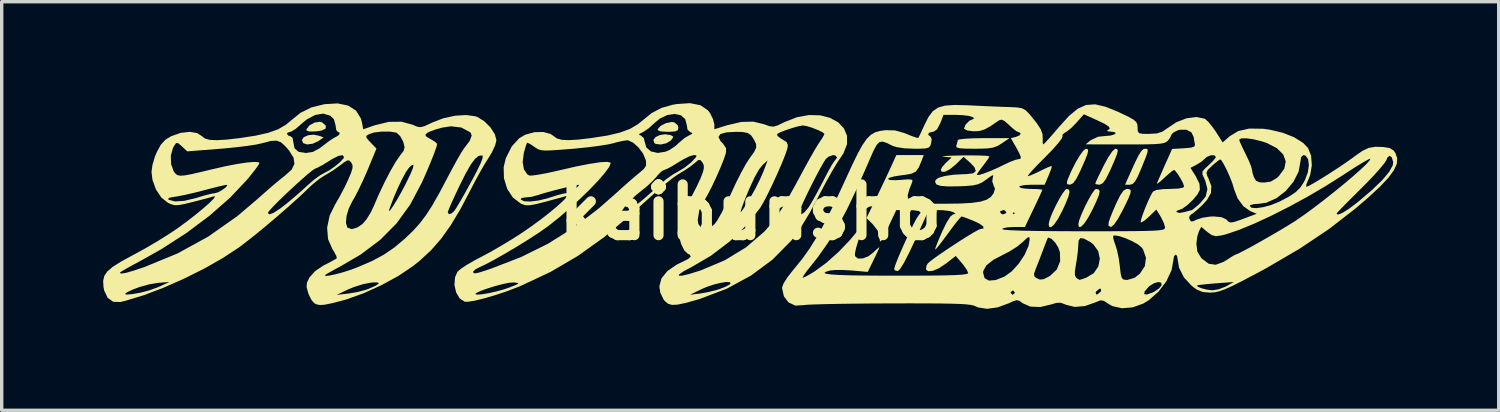
<source format=kicad_pcb>
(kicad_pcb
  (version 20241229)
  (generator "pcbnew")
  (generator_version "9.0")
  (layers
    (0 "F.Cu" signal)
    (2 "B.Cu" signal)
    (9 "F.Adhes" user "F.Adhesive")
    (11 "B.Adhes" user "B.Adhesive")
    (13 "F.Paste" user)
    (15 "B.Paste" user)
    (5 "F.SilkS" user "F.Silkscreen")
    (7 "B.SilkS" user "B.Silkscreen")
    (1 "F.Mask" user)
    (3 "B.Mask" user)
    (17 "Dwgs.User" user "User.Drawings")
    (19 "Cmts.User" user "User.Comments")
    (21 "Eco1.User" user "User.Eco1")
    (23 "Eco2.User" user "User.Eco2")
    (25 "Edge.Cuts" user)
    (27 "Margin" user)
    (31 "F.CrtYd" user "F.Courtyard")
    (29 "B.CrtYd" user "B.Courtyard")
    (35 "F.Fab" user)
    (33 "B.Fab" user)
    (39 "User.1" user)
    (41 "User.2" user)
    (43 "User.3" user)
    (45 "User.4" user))
  (footprint "kaibunsho"
    (layer "F.Cu")
    (at 19.134 3.224)
    (property "Reference" "kaibunsho" (at 0 0 0) (layer "F.SilkS") (effects (font (size 1.5 1.5) (thickness 0.3))))
    (attr board_only exclude_from_pos_files exclude_from_bom)
    (fp_poly (pts (xy -12.753 -2.261) (xy -12.617 -2.211) (xy -12.766 -2.106) (xy -12.936 -2.026) (xy -13.105 -2.003) (xy -13.221 -2.044) (xy -13.259 -2.138) (xy -13.201 -2.219) (xy -13.076 -2.275) (xy -12.913 -2.292)) (stroke (width 0) (type solid)) (fill yes) (layer "F.SilkS"))
    (fp_poly (pts (xy -12.654 -2.652) (xy -12.547 -2.552) (xy -12.559 -2.469) (xy -12.685 -2.411) (xy -12.847 -2.389) (xy -13.034 -2.386) (xy -13.118 -2.41) (xy -13.124 -2.452) (xy -13.034 -2.568) (xy -12.883 -2.65) (xy -12.726 -2.674)) (stroke (width 0) (type solid)) (fill yes) (layer "F.SilkS"))
    (fp_poly (pts (xy -2.357 -2.279) (xy -2.352 -2.277) (xy -2.282 -2.238) (xy -2.301 -2.181) (xy -2.353 -2.119) (xy -2.481 -2.039) (xy -2.648 -2.002) (xy -2.793 -2.017) (xy -2.836 -2.044) (xy -2.868 -2.134) (xy -2.806 -2.218) (xy -2.679 -2.28) (xy -2.519 -2.305)) (stroke (width 0) (type solid)) (fill yes) (layer "F.SilkS"))
    (fp_poly (pts (xy -2.251 -2.659) (xy -2.15 -2.575) (xy -2.127 -2.498) (xy -2.145 -2.426) (xy -2.217 -2.39) (xy -2.375 -2.378) (xy -2.445 -2.377) (xy -2.644 -2.388) (xy -2.733 -2.421) (xy -2.738 -2.456) (xy -2.652 -2.553) (xy -2.498 -2.632) (xy -2.332 -2.667)) (stroke (width 0) (type solid)) (fill yes) (layer "F.SilkS"))
    (fp_poly (pts (xy 9.42 -0.668) (xy 9.438 -0.597) (xy 9.404 -0.459) (xy 9.314 -0.238) (xy 9.221 -0.038) (xy 9.095 0.2) (xy 8.981 0.364) (xy 8.89 0.444) (xy 8.834 0.428) (xy 8.821 0.352) (xy 8.848 0.229) (xy 8.918 0.046) (xy 9.016 -0.166) (xy 9.125 -0.376) (xy 9.23 -0.553) (xy 9.315 -0.665) (xy 9.351 -0.688)) (stroke (width 0) (type solid)) (fill yes) (layer "F.SilkS"))
    (fp_poly (pts (xy 10.297 -0.675) (xy 10.329 -0.622) (xy 10.308 -0.511) (xy 10.232 -0.324) (xy 10.129 -0.104) (xy 9.994 0.151) (xy 9.874 0.333) (xy 9.777 0.431) (xy 9.715 0.436) (xy 9.697 0.356) (xy 9.723 0.239) (xy 9.792 0.059) (xy 9.887 -0.153) (xy 9.994 -0.364) (xy 10.096 -0.543) (xy 10.179 -0.66) (xy 10.217 -0.688)) (stroke (width 0) (type solid)) (fill yes) (layer "F.SilkS"))
    (fp_poly (pts (xy 11.725 -1.872) (xy 11.75 -1.843) (xy 11.741 -1.769) (xy 11.693 -1.628) (xy 11.602 -1.401) (xy 11.562 -1.302) (xy 11.456 -1.057) (xy 11.374 -0.908) (xy 11.302 -0.834) (xy 11.225 -0.813) (xy 11.221 -0.813) (xy 11.08 -0.813) (xy 11.237 -1.168) (xy 11.376 -1.474) (xy 11.479 -1.68) (xy 11.557 -1.804) (xy 11.62 -1.864) (xy 11.669 -1.877)) (stroke (width 0) (type solid)) (fill yes) (layer "F.SilkS"))
    (fp_poly (pts (xy 7.431 -2.033) (xy 7.306 -1.957) (xy 7.178 -1.911) (xy 7.014 -1.886) (xy 6.777 -1.878) (xy 6.628 -1.877) (xy 6.357 -1.879) (xy 6.191 -1.89) (xy 6.107 -1.912) (xy 6.086 -1.949) (xy 6.093 -1.976) (xy 6.127 -2.095) (xy 6.131 -2.132) (xy 6.19 -2.154) (xy 6.35 -2.172) (xy 6.588 -2.185) (xy 6.88 -2.19) (xy 6.896 -2.19) (xy 7.662 -2.19)) (stroke (width 0) (type solid)) (fill yes) (layer "F.SilkS"))
    (fp_poly (pts (xy 9.972 -1.865) (xy 9.988 -1.816) (xy 9.964 -1.712) (xy 9.894 -1.534) (xy 9.776 -1.266) (xy 9.754 -1.218) (xy 9.638 -0.986) (xy 9.543 -0.857) (xy 9.456 -0.814) (xy 9.448 -0.813) (xy 9.364 -0.831) (xy 9.363 -0.909) (xy 9.382 -0.965) (xy 9.489 -1.215) (xy 9.611 -1.458) (xy 9.734 -1.667) (xy 9.841 -1.815) (xy 9.917 -1.876) (xy 9.921 -1.877)) (stroke (width 0) (type solid)) (fill yes) (layer "F.SilkS"))
    (fp_poly (pts (xy 10.848 -1.865) (xy 10.864 -1.816) (xy 10.839 -1.712) (xy 10.77 -1.535) (xy 10.652 -1.266) (xy 10.63 -1.218) (xy 10.515 -0.987) (xy 10.421 -0.859) (xy 10.334 -0.814) (xy 10.322 -0.813) (xy 10.221 -0.827) (xy 10.198 -0.846) (xy 10.224 -0.913) (xy 10.294 -1.064) (xy 10.396 -1.272) (xy 10.448 -1.378) (xy 10.585 -1.628) (xy 10.702 -1.8) (xy 10.786 -1.875) (xy 10.797 -1.877)) (stroke (width 0) (type solid)) (fill yes) (layer "F.SilkS"))
    (fp_poly (pts (xy 11.214 -0.679) (xy 11.248 -0.639) (xy 11.235 -0.55) (xy 11.172 -0.393) (xy 11.054 -0.149) (xy 11.01 -0.061) (xy 10.868 0.199) (xy 10.75 0.369) (xy 10.666 0.437) (xy 10.659 0.438) (xy 10.589 0.403) (xy 10.595 0.295) (xy 10.638 0.168) (xy 10.718 -0.03) (xy 10.817 -0.258) (xy 10.822 -0.268) (xy 10.938 -0.503) (xy 11.032 -0.637) (xy 11.117 -0.687) (xy 11.137 -0.688)) (stroke (width 0) (type solid)) (fill yes) (layer "F.SilkS"))
    (fp_poly (pts (xy -11.889 -3.152) (xy -11.657 -3.002) (xy -11.515 -2.773) (xy -11.484 -2.659) (xy -11.445 -2.451) (xy -11.104 -2.57) (xy -10.69 -2.671) (xy -10.307 -2.675) (xy -9.979 -2.584) (xy -9.853 -2.529) (xy -9.753 -2.514) (xy -9.637 -2.543) (xy -9.464 -2.622) (xy -9.398 -2.654) (xy -9.075 -2.778) (xy -8.728 -2.853) (xy -8.398 -2.873) (xy -8.125 -2.835) (xy -8.072 -2.816) (xy -7.867 -2.69) (xy -7.684 -2.508) (xy -7.554 -2.306) (xy -7.507 -2.131) (xy -7.544 -1.977) (xy -7.64 -1.77) (xy -7.733 -1.617) (xy -7.859 -1.416) (xy -8.015 -1.144) (xy -8.178 -0.843) (xy -8.273 -0.657) (xy -8.575 -0.084) (xy -8.86 0.39) (xy -9.143 0.786) (xy -9.441 1.126) (xy -9.77 1.431) (xy -9.975 1.594) (xy -10.402 1.882) (xy -10.906 2.157) (xy -11.44 2.399) (xy -11.957 2.583) (xy -12.102 2.623) (xy -12.393 2.696) (xy -12.592 2.736) (xy -12.726 2.744) (xy -12.824 2.725) (xy -12.892 2.691) (xy -12.973 2.598) (xy -13.051 2.444) (xy -12.231 2.444) (xy -11.896 2.407) (xy -11.643 2.366) (xy -11.391 2.302) (xy -11.302 2.271) (xy -11.085 2.178) (xy -10.986 2.113) (xy -11.005 2.078) (xy -11.142 2.075) (xy -11.23 2.084) (xy -11.469 2.133) (xy -11.74 2.22) (xy -11.887 2.281) (xy -12.231 2.444) (xy -13.051 2.444) (xy -13.054 2.437) (xy -13.073 2.385) (xy -13.119 2.21) (xy -13.109 2.083) (xy -13.037 1.934) (xy -13.034 1.929) (xy -12.973 1.86) (xy -12.575 1.86) (xy -12.559 1.884) (xy -12.449 1.874) (xy -12.274 1.837) (xy -12.057 1.78) (xy -11.826 1.707) (xy -11.62 1.631) (xy -11.187 1.444) (xy -10.834 1.255) (xy -10.52 1.04) (xy -10.214 0.782) (xy -9.98 0.559) (xy -9.778 0.336) (xy -9.591 0.09) (xy -9.535 0.004) (xy -8.946 0.004) (xy -8.91 0.06) (xy -8.824 0.03) (xy -8.751 -0.04) (xy -8.69 -0.131) (xy -8.584 -0.309) (xy -8.446 -0.549) (xy -8.291 -0.829) (xy -8.252 -0.9) (xy -8.079 -1.227) (xy -7.968 -1.457) (xy -7.915 -1.602) (xy -7.915 -1.671) (xy -7.929 -1.679) (xy -8.028 -1.667) (xy -8.139 -1.579) (xy -8.268 -1.404) (xy -8.423 -1.132) (xy -8.606 -0.765) (xy -8.736 -0.49) (xy -8.842 -0.256) (xy -8.916 -0.084) (xy -8.946 0.001) (xy -8.946 0.004) (xy -9.535 0.004) (xy -9.402 -0.203) (xy -9.195 -0.566) (xy -8.982 -0.97) (xy -8.823 -1.27) (xy -8.676 -1.538) (xy -8.553 -1.751) (xy -8.467 -1.884) (xy -8.449 -1.908) (xy -8.296 -2.11) (xy -8.238 -2.266) (xy -8.275 -2.36) (xy -8.545 -2.504) (xy -8.85 -2.54) (xy -9.109 -2.501) (xy -9.319 -2.442) (xy -9.489 -2.378) (xy -9.555 -2.343) (xy -9.61 -2.287) (xy -9.58 -2.235) (xy -9.459 -2.165) (xy -9.327 -2.085) (xy -9.261 -2.023) (xy -9.259 -2.016) (xy -9.284 -1.919) (xy -9.35 -1.733) (xy -9.449 -1.483) (xy -9.571 -1.193) (xy -9.705 -0.89) (xy -9.718 -0.863) (xy -10.058 -0.223) (xy -10.461 0.332) (xy -10.942 0.817) (xy -11.517 1.249) (xy -12.106 1.594) (xy -12.316 1.707) (xy -12.479 1.799) (xy -12.568 1.854) (xy -12.575 1.86) (xy -12.973 1.86) (xy -12.872 1.746) (xy -12.625 1.578) (xy -12.587 1.559) (xy -12.405 1.466) (xy -12.273 1.392) (xy -12.227 1.362) (xy -12.239 1.296) (xy -12.308 1.165) (xy -12.358 1.087) (xy -12.486 0.794) (xy -12.512 0.457) (xy -12.483 0.316) (xy -11.956 0.316) (xy -11.915 0.451) (xy -11.908 0.459) (xy -11.785 0.5) (xy -11.615 0.45) (xy -11.468 0.35) (xy -11.347 0.21) (xy -11.22 0.002) (xy -11.206 -0.027) (xy -10.681 -0.027) (xy -10.636 -0.072) (xy -10.555 -0.192) (xy -10.447 -0.367) (xy -10.325 -0.581) (xy -10.2 -0.816) (xy -10.194 -0.828) (xy -10.049 -1.125) (xy -9.971 -1.317) (xy -9.959 -1.405) (xy -10.015 -1.388) (xy -10.095 -1.312) (xy -10.183 -1.186) (xy -10.298 -0.975) (xy -10.424 -0.709) (xy -10.547 -0.423) (xy -10.652 -0.148) (xy -10.677 -0.074) (xy -10.681 -0.027) (xy -11.206 -0.027) (xy -11.14 -0.166) (xy -10.983 -0.53) (xy -10.811 -0.891) (xy -10.64 -1.221) (xy -10.484 -1.491) (xy -10.357 -1.673) (xy -10.354 -1.678) (xy -10.251 -1.814) (xy -10.222 -1.921) (xy -10.255 -2.058) (xy -10.268 -2.094) (xy -10.352 -2.25) (xy -10.455 -2.347) (xy -10.471 -2.354) (xy -10.661 -2.384) (xy -10.898 -2.384) (xy -11.123 -2.357) (xy -11.267 -2.311) (xy -11.347 -2.262) (xy -11.355 -2.21) (xy -11.284 -2.121) (xy -11.227 -2.061) (xy -11.054 -1.881) (xy -11.31 -1.262) (xy -11.439 -0.966) (xy -11.576 -0.677) (xy -11.7 -0.438) (xy -11.758 -0.34) (xy -11.87 -0.116) (xy -11.939 0.115) (xy -11.956 0.316) (xy -12.483 0.316) (xy -12.438 0.101) (xy -12.279 -0.224) (xy -12.147 -0.451) (xy -12.002 -0.726) (xy -11.899 -0.942) (xy -11.804 -1.165) (xy -11.761 -1.307) (xy -11.763 -1.4) (xy -11.798 -1.466) (xy -11.855 -1.528) (xy -11.918 -1.531) (xy -12.022 -1.467) (xy -12.118 -1.393) (xy -12.314 -1.252) (xy -12.514 -1.127) (xy -12.567 -1.098) (xy -12.741 -0.986) (xy -12.935 -0.83) (xy -13.01 -0.761) (xy -13.289 -0.495) (xy -13.632 -0.185) (xy -14.01 0.144) (xy -14.392 0.467) (xy -14.752 0.759) (xy -15.058 0.996) (xy -15.129 1.048) (xy -15.601 1.358) (xy -16.149 1.669) (xy -16.742 1.964) (xy -17.346 2.231) (xy -17.93 2.453) (xy -18.461 2.615) (xy -18.626 2.655) (xy -18.837 2.648) (xy -19 2.532) (xy -19.055 2.417) (xy -18.489 2.417) (xy -18.436 2.436) (xy -18.266 2.42) (xy -18.042 2.382) (xy -17.785 2.315) (xy -17.52 2.221) (xy -17.455 2.193) (xy -17.173 2.062) (xy -17.517 2.09) (xy -17.771 2.133) (xy -18.059 2.212) (xy -18.237 2.277) (xy -18.423 2.364) (xy -18.489 2.417) (xy -19.055 2.417) (xy -19.103 2.317) (xy -19.125 2.206) (xy -19.134 2.033) (xy -19.102 1.887) (xy -19.036 1.788) (xy -18.643 1.788) (xy -18.601 1.814) (xy -18.468 1.795) (xy -18.237 1.729) (xy -17.913 1.621) (xy -16.937 1.22) (xy -16.029 0.722) (xy -15.171 0.119) (xy -15.054 0.02) (xy -14.264 0.02) (xy -14.222 0.065) (xy -14.099 0.021) (xy -13.9 -0.108) (xy -13.735 -0.235) (xy -13.501 -0.429) (xy -13.259 -0.64) (xy -13.082 -0.802) (xy -12.897 -0.962) (xy -12.715 -1.094) (xy -12.609 -1.152) (xy -12.448 -1.238) (xy -12.276 -1.358) (xy -12.125 -1.485) (xy -12.029 -1.591) (xy -12.012 -1.632) (xy -12.057 -1.687) (xy -12.182 -1.663) (xy -12.374 -1.566) (xy -12.462 -1.509) (xy -12.646 -1.396) (xy -12.808 -1.311) (xy -12.866 -1.288) (xy -12.949 -1.235) (xy -13.097 -1.115) (xy -13.289 -0.947) (xy -13.506 -0.75) (xy -13.728 -0.543) (xy -13.935 -0.343) (xy -14.106 -0.17) (xy -14.223 -0.043) (xy -14.264 0.02) (xy -15.054 0.02) (xy -14.617 -0.35) (xy -14.362 -0.576) (xy -14.118 -0.788) (xy -13.911 -0.961) (xy -13.767 -1.075) (xy -13.76 -1.08) (xy -13.564 -1.255) (xy -13.479 -1.427) (xy -13.505 -1.613) (xy -13.643 -1.831) (xy -13.752 -1.955) (xy -13.877 -2.067) (xy -14.006 -2.116) (xy -14.176 -2.107) (xy -14.423 -2.043) (xy -14.44 -2.038) (xy -14.607 -2.001) (xy -14.869 -1.961) (xy -15.193 -1.921) (xy -15.549 -1.886) (xy -15.691 -1.874) (xy -16.648 -1.799) (xy -16.801 -1.942) (xy -16.913 -2.04) (xy -16.979 -2.044) (xy -17.045 -1.947) (xy -17.071 -1.897) (xy -17.134 -1.671) (xy -17.125 -1.42) (xy -17.048 -1.208) (xy -17.04 -1.197) (xy -16.991 -1.134) (xy -16.932 -1.094) (xy -16.845 -1.079) (xy -16.711 -1.09) (xy -16.509 -1.128) (xy -16.222 -1.194) (xy -15.908 -1.27) (xy -15.519 -1.359) (xy -15.17 -1.426) (xy -14.878 -1.47) (xy -14.661 -1.487) (xy -14.537 -1.477) (xy -14.514 -1.455) (xy -14.552 -1.383) (xy -14.653 -1.242) (xy -14.8 -1.057) (xy -14.875 -0.966) (xy -15.377 -0.434) (xy -15.982 0.098) (xy -16.669 0.613) (xy -17.417 1.095) (xy -17.976 1.409) (xy -18.233 1.548) (xy -18.445 1.665) (xy -18.588 1.749) (xy -18.643 1.788) (xy -18.643 1.788) (xy -19.036 1.788) (xy -19.013 1.754) (xy -18.854 1.617) (xy -18.61 1.463) (xy -18.268 1.276) (xy -18.222 1.252) (xy -17.875 1.062) (xy -17.505 0.844) (xy -17.158 0.626) (xy -16.921 0.466) (xy -16.653 0.269) (xy -16.4 0.072) (xy -16.176 -0.112) (xy -15.996 -0.27) (xy -15.875 -0.391) (xy -15.825 -0.461) (xy -15.859 -0.47) (xy -15.977 -0.436) (xy -16.178 -0.382) (xy -16.424 -0.318) (xy -16.491 -0.301) (xy -16.744 -0.239) (xy -16.912 -0.209) (xy -17.031 -0.21) (xy -17.135 -0.24) (xy -17.214 -0.275) (xy -17.361 -0.391) (xy -17.218 -0.391) (xy -17.197 -0.369) (xy -17.012 -0.319) (xy -16.735 -0.336) (xy -16.38 -0.422) (xy -16.329 -0.438) (xy -16.109 -0.503) (xy -15.925 -0.548) (xy -15.827 -0.563) (xy -15.736 -0.589) (xy -15.623 -0.651) (xy -15.522 -0.724) (xy -15.465 -0.785) (xy -15.484 -0.81) (xy -15.568 -0.795) (xy -15.743 -0.754) (xy -15.98 -0.694) (xy -16.141 -0.652) (xy -16.433 -0.577) (xy -16.713 -0.513) (xy -16.937 -0.469) (xy -17.009 -0.458) (xy -17.174 -0.428) (xy -17.218 -0.391) (xy -17.361 -0.391) (xy -17.411 -0.43) (xy -17.572 -0.669) (xy -17.676 -0.956) (xy -17.705 -1.194) (xy -17.676 -1.4) (xy -17.603 -1.646) (xy -17.546 -1.782) (xy -17.423 -2.004) (xy -17.288 -2.148) (xy -17.12 -2.248) (xy -16.842 -2.346) (xy -16.576 -2.376) (xy -16.353 -2.339) (xy -16.22 -2.252) (xy -16.127 -2.18) (xy -15.984 -2.139) (xy -15.774 -2.129) (xy -15.478 -2.147) (xy -15.098 -2.191) (xy -14.622 -2.264) (xy -14.398 -2.315) (xy -13.701 -2.315) (xy -13.65 -2.259) (xy -13.607 -2.252) (xy -13.532 -2.197) (xy -13.513 -2.077) (xy -13.477 -1.89) (xy -13.359 -1.786) (xy -13.145 -1.752) (xy -13.13 -1.752) (xy -12.936 -1.782) (xy -12.738 -1.887) (xy -12.627 -1.972) (xy -12.456 -2.102) (xy -12.309 -2.198) (xy -12.246 -2.229) (xy -12.157 -2.288) (xy -12.141 -2.351) (xy -12.2 -2.377) (xy -12.244 -2.432) (xy -12.262 -2.562) (xy -12.262 -2.564) (xy -12.311 -2.748) (xy -12.421 -2.854) (xy -12.623 -2.915) (xy -12.862 -2.876) (xy -13.115 -2.743) (xy -13.293 -2.594) (xy -13.439 -2.466) (xy -13.563 -2.389) (xy -13.605 -2.377) (xy -13.69 -2.344) (xy -13.701 -2.315) (xy -14.398 -2.315) (xy -14.25 -2.348) (xy -13.962 -2.452) (xy -13.737 -2.582) (xy -13.607 -2.689) (xy -13.299 -2.939) (xy -12.978 -3.098) (xy -12.591 -3.193) (xy -12.588 -3.194) (xy -12.202 -3.217)) (stroke (width 0) (type solid)) (fill yes) (layer "F.SilkS"))
    (fp_poly (pts (xy -1.479 -3.164) (xy -1.258 -3.016) (xy -1.186 -2.922) (xy -1.104 -2.752) (xy -1.064 -2.601) (xy -1.064 -2.587) (xy -1.064 -2.453) (xy -0.683 -2.572) (xy -0.268 -2.669) (xy 0.087 -2.678) (xy 0.41 -2.6) (xy 0.43 -2.592) (xy 0.573 -2.541) (xy 0.684 -2.53) (xy 0.808 -2.566) (xy 0.993 -2.655) (xy 1.01 -2.664) (xy 1.38 -2.809) (xy 1.737 -2.873) (xy 2.067 -2.864) (xy 2.357 -2.789) (xy 2.595 -2.659) (xy 2.766 -2.48) (xy 2.859 -2.261) (xy 2.859 -2.012) (xy 2.753 -1.739) (xy 2.664 -1.607) (xy 2.56 -1.451) (xy 2.416 -1.21) (xy 2.25 -0.914) (xy 2.078 -0.59) (xy 2.009 -0.456) (xy 1.749 0.028) (xy 1.494 0.448) (xy 1.259 0.779) (xy 1.206 0.845) (xy 0.659 1.399) (xy 0.019 1.874) (xy -0.703 2.265) (xy -1.499 2.566) (xy -1.594 2.594) (xy -1.922 2.685) (xy -2.156 2.733) (xy -2.319 2.74) (xy -2.434 2.706) (xy -2.526 2.629) (xy -2.56 2.588) (xy -2.632 2.441) (xy -1.783 2.441) (xy -1.501 2.407) (xy -1.259 2.365) (xy -0.997 2.299) (xy -0.924 2.277) (xy -0.743 2.208) (xy -0.617 2.141) (xy -0.586 2.113) (xy -0.601 2.07) (xy -0.707 2.063) (xy -0.876 2.088) (xy -1.081 2.138) (xy -1.294 2.21) (xy -1.444 2.275) (xy -1.783 2.441) (xy -2.632 2.441) (xy -2.663 2.377) (xy -2.69 2.193) (xy -2.629 1.96) (xy -2.564 1.879) (xy -2.116 1.879) (xy -2.021 1.877) (xy -1.821 1.831) (xy -1.518 1.737) (xy -1.449 1.714) (xy -0.749 1.418) (xy -0.124 1.036) (xy 0.414 0.574) (xy 0.69 0.262) (xy 0.801 0.104) (xy 0.842 0.038) (xy 1.46 0.038) (xy 1.505 0.064) (xy 1.594 0.008) (xy 1.707 -0.123) (xy 1.761 -0.203) (xy 1.867 -0.385) (xy 2.003 -0.633) (xy 2.146 -0.903) (xy 2.187 -0.984) (xy 2.307 -1.214) (xy 2.412 -1.4) (xy 2.486 -1.514) (xy 2.506 -1.535) (xy 2.564 -1.614) (xy 2.517 -1.677) (xy 2.45 -1.689) (xy 2.318 -1.645) (xy 2.237 -1.58) (xy 2.171 -1.479) (xy 2.066 -1.295) (xy 1.938 -1.055) (xy 1.802 -0.788) (xy 1.672 -0.525) (xy 1.563 -0.293) (xy 1.49 -0.123) (xy 1.474 -0.078) (xy 1.46 0.038) (xy 0.842 0.038) (xy 0.952 -0.139) (xy 1.128 -0.438) (xy 1.312 -0.766) (xy 1.405 -0.938) (xy 1.579 -1.262) (xy 1.745 -1.563) (xy 1.889 -1.816) (xy 1.997 -1.997) (xy 2.038 -2.058) (xy 2.133 -2.201) (xy 2.186 -2.299) (xy 2.19 -2.316) (xy 2.136 -2.362) (xy 2.005 -2.427) (xy 1.836 -2.494) (xy 1.672 -2.545) (xy 1.557 -2.565) (xy 1.436 -2.545) (xy 1.253 -2.494) (xy 1.053 -2.428) (xy 0.883 -2.362) (xy 0.79 -2.312) (xy 0.803 -2.255) (xy 0.903 -2.178) (xy 0.937 -2.159) (xy 1.07 -2.075) (xy 1.11 -1.986) (xy 1.096 -1.888) (xy 1.038 -1.712) (xy 0.937 -1.457) (xy 0.806 -1.156) (xy 0.661 -0.839) (xy 0.516 -0.539) (xy 0.385 -0.288) (xy 0.289 -0.125) (xy -0.113 0.383) (xy -0.609 0.864) (xy -1.17 1.29) (xy -1.736 1.62) (xy -1.977 1.749) (xy -2.102 1.836) (xy -2.116 1.879) (xy -2.564 1.879) (xy -2.454 1.741) (xy -2.175 1.548) (xy -2.018 1.472) (xy -1.831 1.379) (xy -1.76 1.308) (xy -1.798 1.251) (xy -1.848 1.228) (xy -1.95 1.133) (xy -2.041 0.952) (xy -2.105 0.727) (xy -2.127 0.513) (xy -2.092 0.291) (xy -2.069 0.229) (xy -1.555 0.229) (xy -1.538 0.344) (xy -1.458 0.468) (xy -1.322 0.498) (xy -1.157 0.434) (xy -1.056 0.35) (xy -0.974 0.238) (xy -0.859 0.036) (xy -0.829 -0.022) (xy -0.285 -0.022) (xy -0.283 0) (xy -0.241 -0.05) (xy -0.153 -0.182) (xy -0.035 -0.372) (xy 0.001 -0.433) (xy 0.147 -0.693) (xy 0.283 -0.966) (xy 0.382 -1.192) (xy 0.385 -1.198) (xy 0.511 -1.53) (xy 0.372 -1.406) (xy 0.257 -1.265) (xy 0.121 -1.022) (xy -0.04 -0.671) (xy -0.193 -0.297) (xy -0.255 -0.13) (xy -0.285 -0.022) (xy -0.829 -0.022) (xy -0.724 -0.226) (xy -0.584 -0.522) (xy -0.565 -0.565) (xy -0.419 -0.879) (xy -0.268 -1.176) (xy -0.131 -1.425) (xy -0.023 -1.593) (xy -0.018 -1.6) (xy 0.114 -1.782) (xy 0.173 -1.908) (xy 0.17 -2.014) (xy 0.112 -2.14) (xy 0.109 -2.144) (xy 0.024 -2.272) (xy -0.076 -2.342) (xy -0.231 -2.371) (xy -0.417 -2.376) (xy -0.711 -2.36) (xy -0.886 -2.31) (xy -0.942 -2.224) (xy -0.88 -2.101) (xy -0.81 -2.03) (xy -0.716 -1.892) (xy -0.721 -1.754) (xy -0.781 -1.572) (xy -0.883 -1.318) (xy -1.009 -1.03) (xy -1.142 -0.749) (xy -1.265 -0.511) (xy -1.345 -0.375) (xy -1.509 -0.059) (xy -1.555 0.229) (xy -2.069 0.229) (xy -1.999 0.037) (xy -1.963 -0.036) (xy -1.744 -0.449) (xy -1.581 -0.768) (xy -1.469 -1.008) (xy -1.402 -1.182) (xy -1.373 -1.307) (xy -1.379 -1.397) (xy -1.412 -1.465) (xy -1.414 -1.468) (xy -1.48 -1.545) (xy -1.541 -1.54) (xy -1.642 -1.455) (xy -1.784 -1.343) (xy -1.975 -1.216) (xy -2.052 -1.171) (xy -2.169 -1.099) (xy -2.301 -1.005) (xy -2.463 -0.877) (xy -2.667 -0.705) (xy -2.927 -0.477) (xy -3.256 -0.181) (xy -3.528 0.066) (xy -4.311 0.729) (xy -5.094 1.289) (xy -5.903 1.763) (xy -6.767 2.169) (xy -6.885 2.218) (xy -7.208 2.341) (xy -7.542 2.452) (xy -7.859 2.545) (xy -8.135 2.613) (xy -8.343 2.647) (xy -8.444 2.646) (xy -8.595 2.548) (xy -8.669 2.421) (xy -8.133 2.421) (xy -8.078 2.438) (xy -7.934 2.427) (xy -7.733 2.393) (xy -7.505 2.342) (xy -7.283 2.281) (xy -7.132 2.229) (xy -6.943 2.155) (xy -6.861 2.113) (xy -6.874 2.092) (xy -6.972 2.078) (xy -7.001 2.076) (xy -7.13 2.086) (xy -7.323 2.125) (xy -7.548 2.185) (xy -7.774 2.255) (xy -7.968 2.325) (xy -8.097 2.386) (xy -8.133 2.421) (xy -8.669 2.421) (xy -8.699 2.37) (xy -8.748 2.149) (xy -8.731 1.925) (xy -8.66 1.764) (xy -8.655 1.759) (xy -8.196 1.759) (xy -8.184 1.798) (xy -8.134 1.808) (xy -8.024 1.785) (xy -7.833 1.725) (xy -7.659 1.666) (xy -6.78 1.327) (xy -5.977 0.929) (xy -5.221 0.455) (xy -4.683 0.043) (xy -3.825 0.043) (xy -3.797 0.063) (xy -3.706 0.025) (xy -3.552 -0.074) (xy -3.365 -0.214) (xy -3.34 -0.235) (xy -3.109 -0.428) (xy -2.873 -0.636) (xy -2.702 -0.795) (xy -2.5 -0.966) (xy -2.281 -1.12) (xy -2.165 -1.185) (xy -1.955 -1.31) (xy -1.761 -1.462) (xy -1.721 -1.501) (xy -1.613 -1.619) (xy -1.588 -1.674) (xy -1.639 -1.689) (xy -1.672 -1.689) (xy -1.792 -1.656) (xy -1.971 -1.569) (xy -2.136 -1.47) (xy -2.321 -1.356) (xy -2.471 -1.277) (xy -2.546 -1.251) (xy -2.631 -1.205) (xy -2.742 -1.09) (xy -2.766 -1.058) (xy -2.9 -0.909) (xy -3.087 -0.74) (xy -3.204 -0.648) (xy -3.389 -0.497) (xy -3.561 -0.332) (xy -3.703 -0.173) (xy -3.797 -0.041) (xy -3.825 0.043) (xy -4.683 0.043) (xy -4.482 -0.112) (xy -4.031 -0.507) (xy -3.796 -0.72) (xy -3.566 -0.923) (xy -3.376 -1.086) (xy -3.288 -1.158) (xy -3.144 -1.282) (xy -3.083 -1.379) (xy -3.083 -1.494) (xy -3.094 -1.549) (xy -3.171 -1.733) (xy -3.306 -1.914) (xy -3.465 -2.056) (xy -3.614 -2.125) (xy -3.637 -2.127) (xy -3.77 -2.109) (xy -3.963 -2.065) (xy -4.055 -2.038) (xy -4.224 -2.001) (xy -4.486 -1.96) (xy -4.81 -1.919) (xy -5.162 -1.883) (xy -5.275 -1.873) (xy -5.634 -1.845) (xy -5.89 -1.828) (xy -6.066 -1.823) (xy -6.185 -1.834) (xy -6.27 -1.859) (xy -6.343 -1.902) (xy -6.391 -1.936) (xy -6.517 -2.021) (xy -6.595 -2.055) (xy -6.602 -2.053) (xy -6.63 -1.984) (xy -6.674 -1.835) (xy -6.697 -1.75) (xy -6.731 -1.487) (xy -6.694 -1.267) (xy -6.594 -1.119) (xy -6.535 -1.085) (xy -6.44 -1.085) (xy -6.25 -1.112) (xy -5.991 -1.161) (xy -5.69 -1.228) (xy -5.643 -1.239) (xy -5.155 -1.351) (xy -4.752 -1.43) (xy -4.443 -1.477) (xy -4.235 -1.489) (xy -4.136 -1.466) (xy -4.129 -1.449) (xy -4.175 -1.336) (xy -4.304 -1.159) (xy -4.499 -0.933) (xy -4.747 -0.674) (xy -5.032 -0.396) (xy -5.339 -0.115) (xy -5.653 0.155) (xy -5.959 0.398) (xy -6.006 0.433) (xy -6.252 0.605) (xy -6.56 0.806) (xy -6.902 1.018) (xy -7.25 1.224) (xy -7.573 1.407) (xy -7.845 1.551) (xy -8.004 1.625) (xy -8.135 1.694) (xy -8.195 1.755) (xy -8.196 1.759) (xy -8.655 1.759) (xy -8.563 1.677) (xy -8.382 1.556) (xy -8.148 1.421) (xy -7.987 1.337) (xy -7.698 1.183) (xy -7.353 0.985) (xy -6.999 0.769) (xy -6.725 0.592) (xy -6.461 0.409) (xy -6.198 0.216) (xy -5.953 0.025) (xy -5.739 -0.152) (xy -5.571 -0.301) (xy -5.463 -0.411) (xy -5.429 -0.471) (xy -5.469 -0.472) (xy -5.584 -0.438) (xy -5.783 -0.384) (xy -6.027 -0.318) (xy -6.095 -0.3) (xy -6.352 -0.235) (xy -6.523 -0.205) (xy -6.643 -0.206) (xy -6.746 -0.237) (xy -6.786 -0.255) (xy -6.946 -0.377) (xy -6.789 -0.377) (xy -6.788 -0.375) (xy -6.69 -0.325) (xy -6.505 -0.316) (xy -6.262 -0.346) (xy -5.991 -0.412) (xy -5.912 -0.438) (xy -5.7 -0.505) (xy -5.524 -0.55) (xy -5.44 -0.563) (xy -5.353 -0.589) (xy -5.239 -0.651) (xy -5.133 -0.725) (xy -5.069 -0.786) (xy -5.079 -0.811) (xy -5.17 -0.797) (xy -5.347 -0.759) (xy -5.575 -0.703) (xy -5.819 -0.64) (xy -6.045 -0.579) (xy -6.217 -0.527) (xy -6.276 -0.507) (xy -6.476 -0.454) (xy -6.639 -0.438) (xy -6.762 -0.421) (xy -6.789 -0.377) (xy -6.946 -0.377) (xy -7.02 -0.433) (xy -7.189 -0.692) (xy -7.284 -1.002) (xy -7.293 -1.332) (xy -7.23 -1.594) (xy -7.053 -1.946) (xy -6.834 -2.186) (xy -6.654 -2.291) (xy -6.386 -2.365) (xy -6.123 -2.372) (xy -5.906 -2.313) (xy -5.818 -2.252) (xy -5.718 -2.181) (xy -5.576 -2.141) (xy -5.374 -2.13) (xy -5.089 -2.147) (xy -4.712 -2.191) (xy -4.229 -2.266) (xy -4.037 -2.311) (xy -3.289 -2.311) (xy -3.277 -2.281) (xy -3.238 -2.269) (xy -3.148 -2.19) (xy -3.128 -2.096) (xy -3.076 -1.914) (xy -2.938 -1.797) (xy -2.739 -1.752) (xy -2.505 -1.79) (xy -2.39 -1.839) (xy -2.217 -1.954) (xy -2.096 -2.065) (xy -1.946 -2.193) (xy -1.814 -2.269) (xy -1.716 -2.319) (xy -1.728 -2.349) (xy -1.767 -2.36) (xy -1.857 -2.441) (xy -1.877 -2.568) (xy -1.925 -2.752) (xy -2.053 -2.865) (xy -2.237 -2.906) (xy -2.453 -2.874) (xy -2.676 -2.768) (xy -2.85 -2.622) (xy -3.005 -2.481) (xy -3.16 -2.376) (xy -3.191 -2.361) (xy -3.289 -2.311) (xy -4.037 -2.311) (xy -3.85 -2.355) (xy -3.555 -2.465) (xy -3.321 -2.603) (xy -3.213 -2.692) (xy -2.919 -2.93) (xy -2.629 -3.083) (xy -2.289 -3.178) (xy -2.182 -3.197) (xy -1.786 -3.224)) (stroke (width 0) (type solid)) (fill yes) (layer "F.SilkS"))
    (fp_poly (pts (xy 10.499 -3.119) (xy 10.873 -2.968) (xy 10.923 -2.944) (xy 11.171 -2.826) (xy 11.326 -2.739) (xy 11.409 -2.667) (xy 11.443 -2.592) (xy 11.449 -2.507) (xy 11.454 -2.396) (xy 11.492 -2.339) (xy 11.592 -2.318) (xy 11.787 -2.315) (xy 11.788 -2.315) (xy 12.022 -2.329) (xy 12.188 -2.384) (xy 12.314 -2.472) (xy 12.594 -2.659) (xy 12.893 -2.776) (xy 13.179 -2.815) (xy 13.419 -2.768) (xy 13.447 -2.755) (xy 13.541 -2.671) (xy 13.667 -2.517) (xy 13.763 -2.379) (xy 13.965 -2.064) (xy 14.055 -2.143) (xy 14.453 -2.143) (xy 14.479 -2.067) (xy 14.549 -1.914) (xy 14.64 -1.727) (xy 14.736 -1.526) (xy 14.804 -1.363) (xy 14.827 -1.278) (xy 14.848 -1.161) (xy 14.888 -1.036) (xy 14.952 -0.928) (xy 15.061 -0.883) (xy 15.189 -0.876) (xy 15.389 -0.905) (xy 15.561 -1.009) (xy 15.629 -1.071) (xy 15.789 -1.29) (xy 15.829 -1.506) (xy 15.753 -1.71) (xy 15.567 -1.893) (xy 15.275 -2.044) (xy 15.126 -2.094) (xy 14.881 -2.155) (xy 14.668 -2.185) (xy 14.516 -2.183) (xy 14.453 -2.147) (xy 14.453 -2.143) (xy 14.055 -2.143) (xy 14.17 -2.244) (xy 14.425 -2.399) (xy 14.75 -2.473) (xy 15.156 -2.467) (xy 15.357 -2.44) (xy 15.742 -2.349) (xy 16.082 -2.214) (xy 16.348 -2.046) (xy 16.49 -1.896) (xy 16.58 -1.668) (xy 16.601 -1.386) (xy 16.553 -1.101) (xy 16.494 -0.954) (xy 16.439 -0.823) (xy 16.434 -0.754) (xy 16.443 -0.751) (xy 16.522 -0.784) (xy 16.68 -0.872) (xy 16.894 -1.001) (xy 17.139 -1.156) (xy 17.392 -1.32) (xy 17.628 -1.48) (xy 17.824 -1.62) (xy 17.862 -1.649) (xy 18.092 -1.811) (xy 18.281 -1.901) (xy 18.477 -1.934) (xy 18.709 -1.928) (xy 18.903 -1.897) (xy 19.018 -1.826) (xy 19.073 -1.747) (xy 19.125 -1.596) (xy 19.113 -1.43) (xy 19.028 -1.241) (xy 18.864 -1.019) (xy 18.616 -0.755) (xy 18.276 -0.44) (xy 17.893 -0.111) (xy 17.115 0.493) (xy 16.243 1.077) (xy 15.263 1.65) (xy 14.909 1.841) (xy 14.535 2.037) (xy 14.25 2.18) (xy 14.034 2.277) (xy 13.869 2.337) (xy 13.734 2.368) (xy 13.609 2.377) (xy 13.594 2.377) (xy 13.373 2.359) (xy 13.198 2.287) (xy 13.051 2.179) (xy 13.038 2.165) (xy 13.207 2.165) (xy 13.229 2.202) (xy 13.334 2.247) (xy 13.484 2.286) (xy 13.637 2.307) (xy 13.67 2.308) (xy 13.85 2.278) (xy 14.049 2.201) (xy 14.076 2.187) (xy 14.295 2.063) (xy 13.764 2.103) (xy 13.52 2.124) (xy 13.328 2.144) (xy 13.22 2.161) (xy 13.207 2.165) (xy 13.038 2.165) (xy 12.817 1.925) (xy 12.674 1.638) (xy 12.637 1.41) (xy 12.616 1.291) (xy 12.575 1.251) (xy 12.526 1.304) (xy 12.512 1.392) (xy 12.455 1.712) (xy 12.301 2.041) (xy 12.07 2.347) (xy 11.783 2.6) (xy 11.613 2.703) (xy 11.301 2.814) (xy 10.988 2.839) (xy 10.709 2.778) (xy 10.584 2.708) (xy 10.451 2.62) (xy 10.351 2.606) (xy 10.22 2.657) (xy 10.199 2.667) (xy 9.891 2.775) (xy 9.589 2.8) (xy 9.334 2.737) (xy 9.331 2.735) (xy 9.183 2.678) (xy 9.048 2.681) (xy 8.902 2.725) (xy 8.572 2.803) (xy 8.282 2.792) (xy 8.058 2.694) (xy 8.056 2.692) (xy 7.954 2.619) (xy 7.872 2.601) (xy 7.76 2.637) (xy 7.641 2.693) (xy 7.311 2.814) (xy 6.999 2.856) (xy 6.737 2.816) (xy 6.671 2.787) (xy 6.61 2.762) (xy 6.52 2.741) (xy 6.391 2.725) (xy 6.209 2.713) (xy 5.962 2.705) (xy 5.638 2.699) (xy 5.226 2.696) (xy 4.712 2.695) (xy 4.106 2.696) (xy 3.566 2.699) (xy 3.06 2.704) (xy 2.604 2.71) (xy 2.212 2.718) (xy 1.899 2.727) (xy 1.68 2.736) (xy 1.569 2.747) (xy 1.564 2.748) (xy 1.329 2.761) (xy 1.131 2.668) (xy 0.993 2.489) (xy 0.968 2.377) (xy 7.695 2.377) (xy 7.743 2.438) (xy 7.758 2.44) (xy 7.818 2.392) (xy 7.82 2.377) (xy 7.817 2.373) (xy 10.209 2.373) (xy 10.226 2.432) (xy 10.264 2.428) (xy 10.273 2.421) (xy 11.643 2.421) (xy 11.724 2.434) (xy 11.894 2.374) (xy 11.945 2.348) (xy 12.081 2.255) (xy 12.159 2.161) (xy 12.15 2.084) (xy 12.066 2.064) (xy 11.94 2.097) (xy 11.805 2.18) (xy 11.781 2.201) (xy 11.659 2.34) (xy 11.643 2.421) (xy 10.273 2.421) (xy 10.359 2.349) (xy 10.373 2.319) (xy 10.356 2.261) (xy 10.319 2.264) (xy 10.224 2.343) (xy 10.209 2.373) (xy 7.817 2.373) (xy 7.773 2.317) (xy 7.758 2.315) (xy 7.697 2.362) (xy 7.695 2.377) (xy 0.968 2.377) (xy 0.939 2.243) (xy 0.938 2.229) (xy 0.98 2.111) (xy 1.091 1.936) (xy 1.545 1.936) (xy 1.55 1.939) (xy 1.628 1.908) (xy 1.773 1.828) (xy 1.9 1.751) (xy 2.244 1.499) (xy 2.606 1.177) (xy 2.944 0.824) (xy 3.075 0.667) (xy 3.21 0.504) (xy 3.285 0.435) (xy 3.304 0.465) (xy 3.271 0.601) (xy 3.19 0.848) (xy 3.189 0.849) (xy 3.127 1.055) (xy 3.093 1.22) (xy 3.093 1.296) (xy 3.178 1.369) (xy 3.324 1.368) (xy 3.494 1.301) (xy 3.633 1.193) (xy 3.746 1.086) (xy 3.81 1.035) (xy 3.816 1.036) (xy 3.791 1.101) (xy 3.725 1.245) (xy 3.644 1.413) (xy 3.472 1.765) (xy 2.997 1.723) (xy 2.741 1.709) (xy 2.515 1.708) (xy 2.363 1.722) (xy 2.355 1.724) (xy 2.231 1.762) (xy 2.191 1.794) (xy 2.24 1.82) (xy 2.386 1.84) (xy 2.632 1.856) (xy 2.984 1.867) (xy 3.448 1.873) (xy 4.03 1.877) (xy 4.317 1.877) (xy 4.914 1.876) (xy 5.396 1.873) (xy 5.773 1.867) (xy 6.055 1.859) (xy 6.253 1.847) (xy 6.375 1.831) (xy 6.433 1.812) (xy 6.441 1.799) (xy 6.438 1.791) (xy 6.882 1.791) (xy 6.926 1.95) (xy 7.053 2.022) (xy 7.254 2.006) (xy 7.514 1.903) (xy 7.627 1.821) (xy 8.388 1.821) (xy 8.399 1.9) (xy 8.447 1.941) (xy 8.559 1.992) (xy 8.672 1.98) (xy 8.831 1.9) (xy 8.865 1.88) (xy 9.004 1.747) (xy 9.596 1.747) (xy 9.597 1.873) (xy 9.633 1.938) (xy 9.645 1.947) (xy 9.722 1.994) (xy 9.735 2.001) (xy 9.791 1.984) (xy 9.92 1.94) (xy 9.934 1.935) (xy 10.154 1.801) (xy 10.289 1.605) (xy 10.333 1.377) (xy 10.285 1.148) (xy 10.14 0.949) (xy 10.049 0.881) (xy 9.864 0.78) (xy 9.756 0.765) (xy 9.706 0.839) (xy 9.697 0.958) (xy 9.685 1.138) (xy 9.655 1.375) (xy 9.63 1.53) (xy 9.596 1.747) (xy 9.004 1.747) (xy 9.061 1.693) (xy 9.16 1.45) (xy 9.153 1.182) (xy 9.105 1.046) (xy 9.015 0.901) (xy 8.911 0.793) (xy 8.824 0.75) (xy 8.792 0.765) (xy 8.766 0.828) (xy 8.709 0.973) (xy 8.651 1.126) (xy 8.563 1.358) (xy 8.478 1.576) (xy 8.438 1.676) (xy 8.388 1.821) (xy 7.627 1.821) (xy 7.729 1.748) (xy 7.936 1.521) (xy 8.11 1.258) (xy 8.225 0.998) (xy 8.258 0.81) (xy 8.25 0.739) (xy 8.209 0.741) (xy 8.114 0.823) (xy 8.055 0.881) (xy 7.879 1.024) (xy 7.65 1.167) (xy 7.508 1.239) (xy 7.183 1.409) (xy 6.978 1.573) (xy 6.887 1.738) (xy 6.882 1.791) (xy 6.438 1.791) (xy 6.402 1.706) (xy 6.305 1.567) (xy 6.256 1.507) (xy 6.073 1.293) (xy 5.779 1.522) (xy 5.573 1.659) (xy 5.394 1.733) (xy 5.261 1.745) (xy 5.192 1.696) (xy 5.207 1.586) (xy 5.242 1.52) (xy 5.313 1.455) (xy 5.466 1.341) (xy 5.675 1.195) (xy 5.917 1.032) (xy 6.17 0.867) (xy 6.408 0.716) (xy 6.437 0.699) (xy 10.729 0.699) (xy 10.73 0.772) (xy 10.772 0.912) (xy 10.788 0.952) (xy 10.844 1.134) (xy 10.895 1.38) (xy 10.923 1.587) (xy 10.948 1.808) (xy 10.977 1.932) (xy 11.024 1.987) (xy 11.105 2.002) (xy 11.149 2.002) (xy 11.359 1.941) (xy 11.516 1.819) (xy 11.664 1.595) (xy 11.697 1.347) (xy 11.614 1.105) (xy 11.571 1.043) (xy 11.463 0.953) (xy 11.451 0.946) (xy 13.189 0.946) (xy 13.216 1.163) (xy 13.323 1.34) (xy 13.361 1.381) (xy 13.554 1.525) (xy 13.759 1.554) (xy 13.993 1.468) (xy 14.09 1.408) (xy 14.236 1.313) (xy 14.335 1.257) (xy 14.354 1.251) (xy 14.429 1.221) (xy 14.588 1.14) (xy 14.811 1.02) (xy 15.074 0.873) (xy 15.355 0.713) (xy 15.632 0.552) (xy 15.882 0.402) (xy 16.083 0.277) (xy 16.11 0.26) (xy 16.363 0.086) (xy 16.425 0.041) (xy 17.33 0.041) (xy 17.373 0.072) (xy 17.497 0.025) (xy 17.691 -0.096) (xy 17.942 -0.285) (xy 17.967 -0.305) (xy 18.37 -0.646) (xy 18.678 -0.943) (xy 18.887 -1.191) (xy 18.994 -1.387) (xy 19.007 -1.483) (xy 18.964 -1.624) (xy 18.896 -1.669) (xy 18.83 -1.609) (xy 18.81 -1.55) (xy 18.754 -1.458) (xy 18.624 -1.299) (xy 18.436 -1.089) (xy 18.206 -0.848) (xy 18.051 -0.693) (xy 17.809 -0.453) (xy 17.601 -0.244) (xy 17.443 -0.083) (xy 17.349 0.017) (xy 17.33 0.041) (xy 16.425 0.041) (xy 16.65 -0.124) (xy 16.955 -0.357) (xy 17.263 -0.601) (xy 17.559 -0.842) (xy 17.828 -1.07) (xy 18.053 -1.27) (xy 18.222 -1.431) (xy 18.317 -1.54) (xy 18.331 -1.582) (xy 18.27 -1.56) (xy 18.125 -1.479) (xy 17.915 -1.351) (xy 17.657 -1.186) (xy 17.517 -1.094) (xy 17.014 -0.775) (xy 16.48 -0.462) (xy 15.937 -0.166) (xy 15.404 0.104) (xy 14.903 0.336) (xy 14.454 0.521) (xy 14.077 0.649) (xy 13.945 0.683) (xy 13.767 0.709) (xy 13.641 0.677) (xy 13.514 0.586) (xy 13.333 0.433) (xy 13.263 0.564) (xy 13.216 0.712) (xy 13.19 0.909) (xy 13.189 0.946) (xy 11.451 0.946) (xy 11.293 0.858) (xy 11.098 0.771) (xy 10.913 0.709) (xy 10.776 0.686) (xy 10.729 0.699) (xy 6.437 0.699) (xy 6.609 0.595) (xy 6.748 0.519) (xy 6.797 0.5) (xy 7.445 0.5) (xy 7.507 0.518) (xy 7.691 0.533) (xy 7.995 0.545) (xy 8.415 0.554) (xy 8.948 0.56) (xy 9.592 0.563) (xy 9.853 0.563) (xy 10.467 0.563) (xy 10.967 0.562) (xy 11.364 0.559) (xy 11.672 0.554) (xy 11.9 0.547) (xy 12.061 0.537) (xy 12.166 0.523) (xy 12.227 0.505) (xy 12.255 0.482) (xy 12.262 0.454) (xy 12.262 0.454) (xy 12.23 0.331) (xy 12.153 0.167) (xy 12.137 0.14) (xy 12.973 0.14) (xy 12.984 0.203) (xy 13.024 0.27) (xy 13.095 0.268) (xy 13.203 0.217) (xy 13.376 0.161) (xy 13.6 0.129) (xy 13.69 0.125) (xy 13.929 0.147) (xy 14.068 0.21) (xy 14.076 0.219) (xy 14.135 0.28) (xy 14.2 0.304) (xy 14.302 0.289) (xy 14.473 0.233) (xy 14.615 0.18) (xy 14.971 0.047) (xy 14.775 -0.036) (xy 14.576 -0.178) (xy 14.569 -0.188) (xy 14.765 -0.188) (xy 14.818 -0.132) (xy 14.958 -0.12) (xy 15.159 -0.148) (xy 15.39 -0.21) (xy 15.625 -0.304) (xy 15.658 -0.32) (xy 15.934 -0.466) (xy 16.124 -0.593) (xy 16.258 -0.725) (xy 16.364 -0.888) (xy 16.398 -0.952) (xy 16.483 -1.178) (xy 16.513 -1.393) (xy 16.491 -1.567) (xy 16.417 -1.672) (xy 16.353 -1.689) (xy 16.286 -1.633) (xy 16.266 -1.509) (xy 16.21 -1.2) (xy 16.056 -0.897) (xy 15.83 -0.627) (xy 15.555 -0.414) (xy 15.256 -0.281) (xy 15.037 -0.25) (xy 14.872 -0.237) (xy 14.775 -0.205) (xy 14.765 -0.188) (xy 14.569 -0.188) (xy 14.408 -0.406) (xy 14.301 -0.681) (xy 14.293 -0.717) (xy 14.249 -0.862) (xy 14.175 -1.05) (xy 14.086 -1.248) (xy 13.997 -1.421) (xy 13.926 -1.535) (xy 13.894 -1.562) (xy 13.83 -1.523) (xy 13.71 -1.425) (xy 13.653 -1.374) (xy 13.528 -1.254) (xy 13.485 -1.169) (xy 13.508 -1.074) (xy 13.543 -1.004) (xy 13.63 -0.771) (xy 13.618 -0.567) (xy 13.502 -0.363) (xy 13.373 -0.22) (xy 13.216 -0.074) (xy 13.086 0.033) (xy 13.025 0.07) (xy 12.973 0.14) (xy 12.137 0.14) (xy 12.133 0.132) (xy 12.031 -0.034) (xy 12.599 -0.034) (xy 12.603 -0.005) (xy 12.688 0.022) (xy 12.841 -0.005) (xy 12.981 -0.044) (xy 13.055 -0.062) (xy 13.057 -0.063) (xy 13.108 -0.1) (xy 13.221 -0.195) (xy 13.292 -0.257) (xy 13.463 -0.463) (xy 13.514 -0.686) (xy 13.448 -0.941) (xy 13.418 -1.004) (xy 13.365 -1.121) (xy 13.369 -1.204) (xy 13.445 -1.295) (xy 13.543 -1.383) (xy 13.674 -1.509) (xy 13.753 -1.606) (xy 13.764 -1.633) (xy 13.717 -1.684) (xy 13.611 -1.682) (xy 13.495 -1.633) (xy 13.447 -1.591) (xy 13.333 -1.492) (xy 13.19 -1.402) (xy 13.013 -1.311) (xy 13.17 -1.062) (xy 13.279 -0.839) (xy 13.291 -0.664) (xy 13.289 -0.658) (xy 13.219 -0.525) (xy 13.087 -0.367) (xy 12.928 -0.216) (xy 12.774 -0.103) (xy 12.665 -0.063) (xy 12.599 -0.034) (xy 12.031 -0.034) (xy 12.004 -0.079) (xy 11.79 0.128) (xy 11.659 0.243) (xy 11.565 0.301) (xy 11.542 0.301) (xy 11.549 0.233) (xy 11.595 0.086) (xy 11.667 -0.106) (xy 11.751 -0.307) (xy 11.833 -0.484) (xy 11.9 -0.603) (xy 11.905 -0.61) (xy 12.007 -0.657) (xy 12.214 -0.683) (xy 12.395 -0.688) (xy 12.65 -0.698) (xy 12.794 -0.727) (xy 12.825 -0.759) (xy 12.795 -0.853) (xy 12.723 -0.992) (xy 12.635 -1.132) (xy 12.557 -1.23) (xy 12.525 -1.251) (xy 12.462 -1.211) (xy 12.341 -1.109) (xy 12.241 -1.017) (xy 12.112 -0.9) (xy 12.033 -0.843) (xy 12.02 -0.848) (xy 12.055 -0.933) (xy 12.127 -1.101) (xy 12.224 -1.319) (xy 12.256 -1.393) (xy 12.47 -1.871) (xy 12.82 -1.89) (xy 13.024 -1.908) (xy 13.125 -1.94) (xy 13.147 -1.993) (xy 13.145 -2.002) (xy 13.118 -2.145) (xy 13.109 -2.221) (xy 13.041 -2.361) (xy 12.893 -2.439) (xy 12.702 -2.439) (xy 12.632 -2.419) (xy 12.505 -2.354) (xy 12.45 -2.292) (xy 12.45 -2.29) (xy 12.412 -2.202) (xy 12.346 -2.116) (xy 12.299 -2.076) (xy 12.229 -2.046) (xy 12.119 -2.026) (xy 11.951 -2.013) (xy 11.705 -2.006) (xy 11.365 -2.004) (xy 11.079 -2.004) (xy 9.916 -2.006) (xy 10.064 -2.129) (xy 10.28 -2.231) (xy 10.482 -2.252) (xy 10.65 -2.266) (xy 10.764 -2.3) (xy 10.805 -2.34) (xy 10.755 -2.372) (xy 10.655 -2.382) (xy 10.555 -2.395) (xy 10.555 -2.418) (xy 10.557 -2.419) (xy 10.626 -2.467) (xy 10.603 -2.528) (xy 10.478 -2.611) (xy 10.249 -2.721) (xy 9.862 -2.895) (xy 9.639 -2.644) (xy 9.491 -2.493) (xy 9.358 -2.385) (xy 9.302 -2.354) (xy 9.228 -2.293) (xy 9.232 -2.246) (xy 9.206 -2.177) (xy 9.102 -2.039) (xy 8.933 -1.848) (xy 8.711 -1.621) (xy 8.71 -1.62) (xy 8.503 -1.412) (xy 8.339 -1.239) (xy 8.234 -1.118) (xy 8.201 -1.065) (xy 8.204 -1.064) (xy 8.288 -1.09) (xy 8.444 -1.158) (xy 8.579 -1.224) (xy 8.753 -1.308) (xy 8.876 -1.358) (xy 8.913 -1.365) (xy 8.901 -1.301) (xy 8.85 -1.163) (xy 8.816 -1.079) (xy 8.701 -0.813) (xy 8.323 -0.813) (xy 8.122 -0.804) (xy 7.986 -0.779) (xy 7.945 -0.751) (xy 8.002 -0.716) (xy 8.148 -0.694) (xy 8.289 -0.688) (xy 8.478 -0.684) (xy 8.603 -0.673) (xy 8.633 -0.663) (xy 8.608 -0.599) (xy 8.54 -0.449) (xy 8.441 -0.238) (xy 8.375 -0.1) (xy 8.117 0.438) (xy 7.781 0.438) (xy 7.595 0.448) (xy 7.473 0.475) (xy 7.445 0.5) (xy 6.797 0.5) (xy 6.896 0.479) (xy 6.887 0.422) (xy 6.78 0.342) (xy 6.612 0.261) (xy 6.427 0.187) (xy 6.291 0.137) (xy 6.246 0.125) (xy 6.195 0.173) (xy 6.089 0.301) (xy 5.947 0.487) (xy 5.846 0.626) (xy 5.691 0.835) (xy 5.566 0.997) (xy 5.485 1.091) (xy 5.464 1.105) (xy 5.478 1.043) (xy 5.535 0.894) (xy 5.623 0.685) (xy 5.672 0.573) (xy 5.806 0.3) (xy 5.917 0.126) (xy 5.998 0.062) (xy 6.001 0.062) (xy 6.066 0.052) (xy 6.02 0.009) (xy 6.006 0) (xy 7.382 0) (xy 7.433 0.056) (xy 7.476 0.063) (xy 7.553 0.031) (xy 7.758 0.031) (xy 7.789 0.063) (xy 7.82 0.031) (xy 7.789 0) (xy 7.758 0.031) (xy 7.553 0.031) (xy 7.559 0.029) (xy 7.57 0) (xy 7.519 -0.056) (xy 7.476 -0.063) (xy 7.393 -0.029) (xy 7.382 0) (xy 6.006 0) (xy 5.891 -0.035) (xy 5.705 -0.058) (xy 5.593 -0.062) (xy 5.274 -0.063) (xy 4.87 0.829) (xy 4.69 1.21) (xy 4.543 1.494) (xy 4.432 1.673) (xy 4.36 1.741) (xy 4.36 1.741) (xy 4.271 1.719) (xy 4.254 1.678) (xy 4.28 1.58) (xy 4.349 1.398) (xy 4.449 1.161) (xy 4.567 0.895) (xy 4.691 0.628) (xy 4.808 0.387) (xy 4.906 0.201) (xy 4.971 0.097) (xy 4.981 0.088) (xy 5.036 0.013) (xy 4.982 -0.035) (xy 4.812 -0.059) (xy 4.65 -0.063) (xy 4.315 -0.063) (xy 4.071 0.454) (xy 3.957 0.69) (xy 3.885 0.825) (xy 3.844 0.869) (xy 3.826 0.834) (xy 3.822 0.762) (xy 3.764 0.542) (xy 3.626 0.363) (xy 3.435 0.172) (xy 3.697 -0.367) (xy 3.839 -0.662) (xy 3.985 -0.969) (xy 4.11 -1.235) (xy 4.139 -1.298) (xy 4.318 -1.689) (xy 4.722 -1.689) (xy 5.127 -1.689) (xy 5.066 -1.529) (xy 4.981 -1.324) (xy 4.894 -1.204) (xy 4.768 -1.139) (xy 4.568 -1.103) (xy 4.474 -1.093) (xy 4.267 -1.061) (xy 4.12 -1.022) (xy 4.067 -0.985) (xy 4.125 -0.952) (xy 4.293 -0.946) (xy 4.446 -0.955) (xy 4.654 -0.971) (xy 4.763 -0.965) (xy 4.796 -0.933) (xy 4.784 -0.886) (xy 4.698 -0.667) (xy 4.653 -0.505) (xy 4.661 -0.392) (xy 4.735 -0.318) (xy 4.888 -0.276) (xy 5.133 -0.256) (xy 5.483 -0.251) (xy 5.734 -0.25) (xy 6.193 -0.256) (xy 6.544 -0.276) (xy 6.803 -0.312) (xy 6.987 -0.37) (xy 7.112 -0.452) (xy 7.194 -0.562) (xy 7.234 -0.694) (xy 7.194 -0.783) (xy 7.153 -0.91) (xy 7.165 -1.006) (xy 7.183 -1.082) (xy 7.156 -1.092) (xy 7.062 -1.03) (xy 6.975 -0.965) (xy 6.85 -0.879) (xy 6.726 -0.824) (xy 6.569 -0.791) (xy 6.342 -0.773) (xy 6.171 -0.766) (xy 5.84 -0.762) (xy 5.621 -0.779) (xy 5.499 -0.823) (xy 5.463 -0.896) (xy 5.476 -0.951) (xy 5.561 -1.016) (xy 5.747 -1.07) (xy 6.011 -1.108) (xy 6.328 -1.125) (xy 6.393 -1.126) (xy 6.588 -1.149) (xy 6.666 -1.217) (xy 6.627 -1.33) (xy 6.509 -1.455) (xy 6.304 -1.638) (xy 6.074 -1.413) (xy 5.906 -1.274) (xy 5.76 -1.198) (xy 5.661 -1.194) (xy 5.631 -1.254) (xy 5.673 -1.337) (xy 5.776 -1.454) (xy 5.792 -1.469) (xy 5.953 -1.618) (xy 5.713 -1.643) (xy 5.681 -1.653) (xy 5.76 -1.663) (xy 5.933 -1.671) (xy 6.187 -1.677) (xy 6.272 -1.679) (xy 6.571 -1.68) (xy 6.819 -1.675) (xy 6.993 -1.666) (xy 7.068 -1.653) (xy 7.069 -1.651) (xy 7.034 -1.584) (xy 6.943 -1.456) (xy 6.882 -1.376) (xy 6.772 -1.231) (xy 6.705 -1.129) (xy 6.694 -1.104) (xy 6.746 -1.098) (xy 6.884 -1.137) (xy 7.081 -1.212) (xy 7.311 -1.312) (xy 7.494 -1.401) (xy 7.687 -1.491) (xy 7.845 -1.55) (xy 7.912 -1.564) (xy 7.984 -1.577) (xy 7.998 -1.631) (xy 7.95 -1.749) (xy 7.854 -1.924) (xy 7.703 -2.189) (xy 7.858 -2.228) (xy 7.967 -2.277) (xy 7.993 -2.327) (xy 7.943 -2.37) (xy 7.932 -2.366) (xy 7.867 -2.394) (xy 7.747 -2.488) (xy 7.665 -2.564) (xy 7.523 -2.691) (xy 7.43 -2.737) (xy 7.352 -2.716) (xy 7.333 -2.703) (xy 7.097 -2.541) (xy 6.921 -2.445) (xy 6.769 -2.4) (xy 6.607 -2.392) (xy 6.587 -2.393) (xy 6.409 -2.417) (xy 6.323 -2.465) (xy 6.319 -2.48) (xy 6.367 -2.593) (xy 6.474 -2.702) (xy 6.587 -2.754) (xy 6.589 -2.754) (xy 6.612 -2.779) (xy 6.569 -2.815) (xy 6.459 -2.848) (xy 6.269 -2.87) (xy 6.094 -2.877) (xy 5.712 -2.878) (xy 5.614 -2.628) (xy 5.522 -2.452) (xy 5.421 -2.381) (xy 5.385 -2.377) (xy 5.28 -2.348) (xy 5.258 -2.288) (xy 5.322 -2.24) (xy 5.361 -2.168) (xy 5.347 -2.047) (xy 5.319 -1.96) (xy 5.271 -1.909) (xy 5.173 -1.885) (xy 4.997 -1.877) (xy 4.839 -1.877) (xy 4.561 -1.889) (xy 4.33 -1.923) (xy 4.204 -1.963) (xy 4.035 -2.047) (xy 3.912 -2.088) (xy 3.818 -2.073) (xy 3.735 -1.989) (xy 3.644 -1.822) (xy 3.528 -1.559) (xy 3.471 -1.425) (xy 3.152 -0.701) (xy 2.856 -0.081) (xy 2.571 0.451) (xy 2.29 0.912) (xy 2.003 1.32) (xy 1.813 1.56) (xy 1.672 1.736) (xy 1.578 1.869) (xy 1.545 1.936) (xy 1.091 1.936) (xy 1.095 1.929) (xy 1.267 1.708) (xy 1.307 1.661) (xy 1.537 1.377) (xy 1.756 1.07) (xy 1.973 0.72) (xy 2.199 0.312) (xy 2.443 -0.174) (xy 2.716 -0.754) (xy 2.804 -0.946) (xy 3.008 -1.39) (xy 3.175 -1.733) (xy 3.315 -1.987) (xy 3.441 -2.168) (xy 3.563 -2.288) (xy 3.692 -2.363) (xy 3.839 -2.404) (xy 4 -2.425) (xy 4.277 -2.419) (xy 4.563 -2.337) (xy 4.62 -2.313) (xy 4.8 -2.241) (xy 4.927 -2.2) (xy 4.966 -2.197) (xy 5.001 -2.262) (xy 5.07 -2.409) (xy 5.148 -2.579) (xy 5.267 -2.816) (xy 5.393 -2.984) (xy 5.549 -3.092) (xy 5.756 -3.151) (xy 6.039 -3.171) (xy 6.419 -3.162) (xy 6.475 -3.159) (xy 6.822 -3.142) (xy 7.171 -3.127) (xy 7.478 -3.114) (xy 7.655 -3.109) (xy 7.887 -3.098) (xy 8.035 -3.072) (xy 8.139 -3.015) (xy 8.242 -2.912) (xy 8.271 -2.878) (xy 8.465 -2.638) (xy 8.583 -2.458) (xy 8.638 -2.311) (xy 8.645 -2.181) (xy 8.644 -2.053) (xy 8.661 -2.002) (xy 8.71 -2.047) (xy 8.822 -2.169) (xy 8.979 -2.348) (xy 9.133 -2.528) (xy 9.422 -2.846) (xy 9.678 -3.058) (xy 9.926 -3.17) (xy 10.192 -3.189)) (stroke (width 0) (type solid)) (fill yes) (layer "F.SilkS")))
  (gr_rect
    (start -3 -3)
    (end 41.26 9.08)
    (stroke (width 0.1) (type default))
    (fill no)
    (layer "Edge.Cuts")))
</source>
